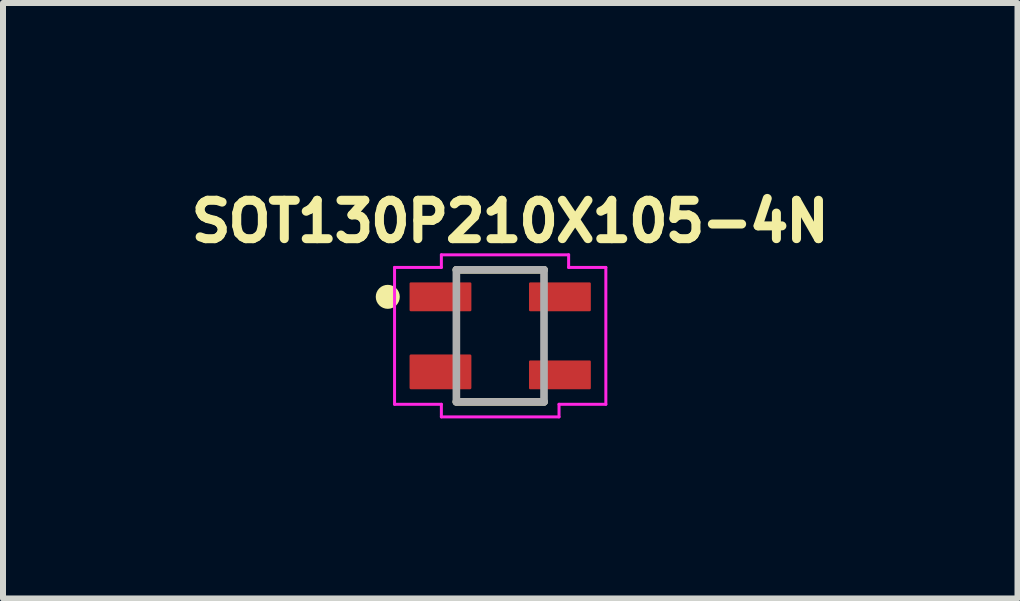
<source format=kicad_pcb>
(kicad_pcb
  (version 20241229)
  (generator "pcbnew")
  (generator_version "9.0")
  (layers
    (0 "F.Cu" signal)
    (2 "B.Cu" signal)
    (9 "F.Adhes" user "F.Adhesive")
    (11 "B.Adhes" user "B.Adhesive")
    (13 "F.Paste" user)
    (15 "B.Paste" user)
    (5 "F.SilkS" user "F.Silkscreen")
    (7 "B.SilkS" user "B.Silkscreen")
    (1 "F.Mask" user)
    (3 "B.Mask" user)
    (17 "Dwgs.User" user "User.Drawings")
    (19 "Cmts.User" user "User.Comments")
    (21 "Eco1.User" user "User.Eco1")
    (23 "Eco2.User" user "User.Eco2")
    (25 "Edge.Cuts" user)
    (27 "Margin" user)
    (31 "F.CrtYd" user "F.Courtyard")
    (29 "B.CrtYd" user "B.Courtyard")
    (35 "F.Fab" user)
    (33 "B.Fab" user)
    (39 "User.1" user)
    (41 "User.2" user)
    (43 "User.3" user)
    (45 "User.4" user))
  (footprint "SOT130P210X105-4N"
    (layer "F.Cu")
    (at 5.283 2.545)
    (property "Reference" "SOT130P210X105-4N" (at 0.167 -1.907 0) (layer "F.SilkS") (effects (font (size 0.64 0.64) (thickness 0.15))))
    (attr through_hole)
    (fp_line (start -0.73 1.1) (end 0.73 1.1) (stroke (width 0.127) (type solid)) (layer "F.SilkS"))
    (fp_line (start 0.73 -1.1) (end -0.73 -1.1) (stroke (width 0.127) (type solid)) (layer "F.SilkS"))
    (fp_circle (center -1.873 -0.65) (end -1.773 -0.65) (stroke (width 0.2) (type solid)) (fill no) (layer "F.SilkS"))
    (fp_line (start -1.76 -1.14) (end -0.98 -1.14) (stroke (width 0.05) (type solid)) (layer "F.CrtYd"))
    (fp_line (start -1.76 1.14) (end -1.76 -1.14) (stroke (width 0.05) (type solid)) (layer "F.CrtYd"))
    (fp_line (start -0.98 -1.35) (end 1.14 -1.35) (stroke (width 0.05) (type solid)) (layer "F.CrtYd"))
    (fp_line (start -0.98 -1.14) (end -0.98 -1.35) (stroke (width 0.05) (type solid)) (layer "F.CrtYd"))
    (fp_line (start -0.98 1.14) (end -1.76 1.14) (stroke (width 0.05) (type solid)) (layer "F.CrtYd"))
    (fp_line (start -0.98 1.35) (end -0.98 1.14) (stroke (width 0.05) (type solid)) (layer "F.CrtYd"))
    (fp_line (start 0.98 1.14) (end 0.98 1.35) (stroke (width 0.05) (type solid)) (layer "F.CrtYd"))
    (fp_line (start 0.98 1.35) (end -0.98 1.35) (stroke (width 0.05) (type solid)) (layer "F.CrtYd"))
    (fp_line (start 1.14 -1.35) (end 1.14 -1.14) (stroke (width 0.05) (type solid)) (layer "F.CrtYd"))
    (fp_line (start 1.14 -1.14) (end 1.76 -1.14) (stroke (width 0.05) (type solid)) (layer "F.CrtYd"))
    (fp_line (start 1.76 -1.14) (end 1.76 1.14) (stroke (width 0.05) (type solid)) (layer "F.CrtYd"))
    (fp_line (start 1.76 1.14) (end 0.98 1.14) (stroke (width 0.05) (type solid)) (layer "F.CrtYd"))
    (fp_line (start -0.73 -1.1) (end -0.73 1.1) (stroke (width 0.127) (type solid)) (layer "F.Fab"))
    (fp_line (start -0.73 1.1) (end 0.73 1.1) (stroke (width 0.127) (type solid)) (layer "F.Fab"))
    (fp_line (start 0.73 -1.1) (end -0.73 -1.1) (stroke (width 0.127) (type solid)) (layer "F.Fab"))
    (fp_line (start 0.73 1.1) (end 0.73 -1.1) (stroke (width 0.127) (type solid)) (layer "F.Fab"))
    (pad "1" smd roundrect (at -0.995 -0.65) (size 1.03 0.48) (layers "F.Cu" "F.Mask" "F.Paste") (roundrect_rratio 0.04))
    (pad "2" smd roundrect (at -0.995 0.6) (size 1.03 0.58) (layers "F.Cu" "F.Mask" "F.Paste") (roundrect_rratio 0.04))
    (pad "3" smd roundrect (at 0.995 0.65) (size 1.03 0.48) (layers "F.Cu" "F.Mask" "F.Paste") (roundrect_rratio 0.04))
    (pad "4" smd roundrect (at 0.995 -0.65) (size 1.03 0.48) (layers "F.Cu" "F.Mask" "F.Paste") (roundrect_rratio 0.04)))
  (gr_rect
    (start -3 -3)
    (end 13.901 6.92)
    (stroke (width 0.1) (type default))
    (fill no)
    (layer "Edge.Cuts")))
</source>
